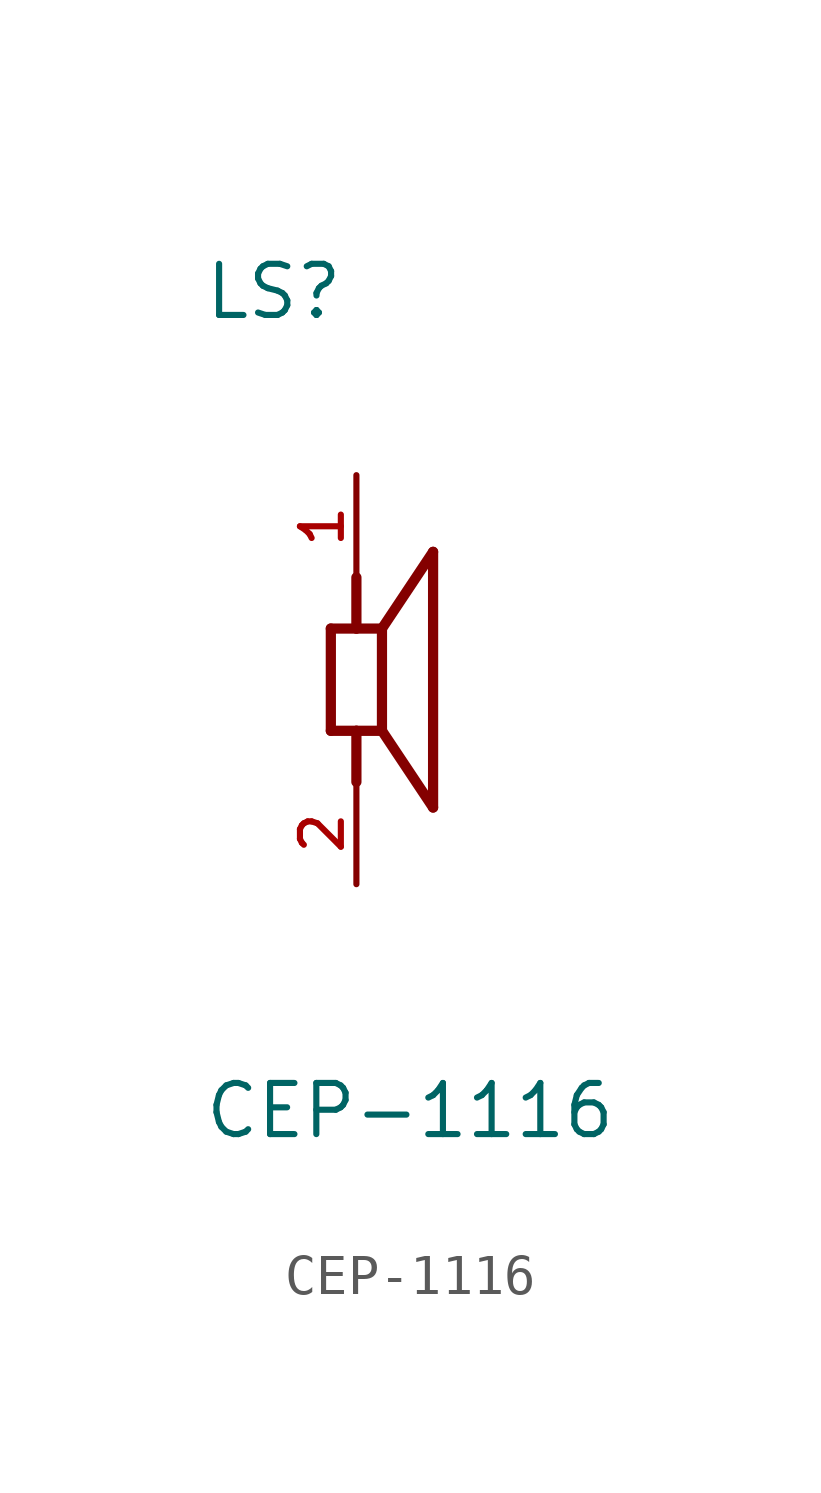
<source format=kicad_sym>
(kicad_symbol_lib
  (version 20211014)
  (generator kicad_symbol_editor)
  (symbol "CEP-1116"
    (pin_names
      (offset 1.016))
    (property "Reference" "LS"
      (at -3.813 8.896 0)
      (effects (font (size 1.27 1.27)) (justify bottom left)))
    (property "Value" "CEP-1116"
      (at -3.817 -11.451 0)
      (effects (font (size 1.27 1.27)) (justify bottom left)))
    (symbol "CEP-1116_0_0"
      (polyline (pts (xy -0.635 1.27) (xy 0.0 1.27)) (stroke (width 0.254)))
      (polyline (pts (xy 0.0 1.27) (xy 0.635 1.27)) (stroke (width 0.254)))
      (polyline (pts (xy 0.635 1.27) (xy 0.635 -1.27)) (stroke (width 0.254)))
      (polyline (pts (xy 0.635 -1.27) (xy 0.0 -1.27)) (stroke (width 0.254)))
      (polyline (pts (xy 0.0 -1.27) (xy -0.635 -1.27)) (stroke (width 0.254)))
      (polyline (pts (xy -0.635 -1.27) (xy -0.635 1.27)) (stroke (width 0.254)))
      (polyline (pts (xy 0.635 1.27) (xy 1.905 3.175)) (stroke (width 0.254)))
      (polyline (pts (xy 1.905 3.175) (xy 1.905 -3.175)) (stroke (width 0.254)))
      (polyline (pts (xy 1.905 -3.175) (xy 0.635 -1.27)) (stroke (width 0.254)))
      (polyline (pts (xy 0.0 1.27) (xy 0.0 2.54)) (stroke (width 0.254)))
      (polyline (pts (xy 0.0 -1.27) (xy 0.0 -2.54)) (stroke (width 0.254)))
      (pin passive line (at 0.0 5.08 270.0) (length 2.54) (name "~" (effects (font (size 1.016 1.016)))) (number "1" (effects (font (size 1.016 1.016)))))
      (pin passive line (at 0.0 -5.08 90.0) (length 2.54) (name "~" (effects (font (size 1.016 1.016)))) (number "2" (effects (font (size 1.016 1.016))))))))
</source>
